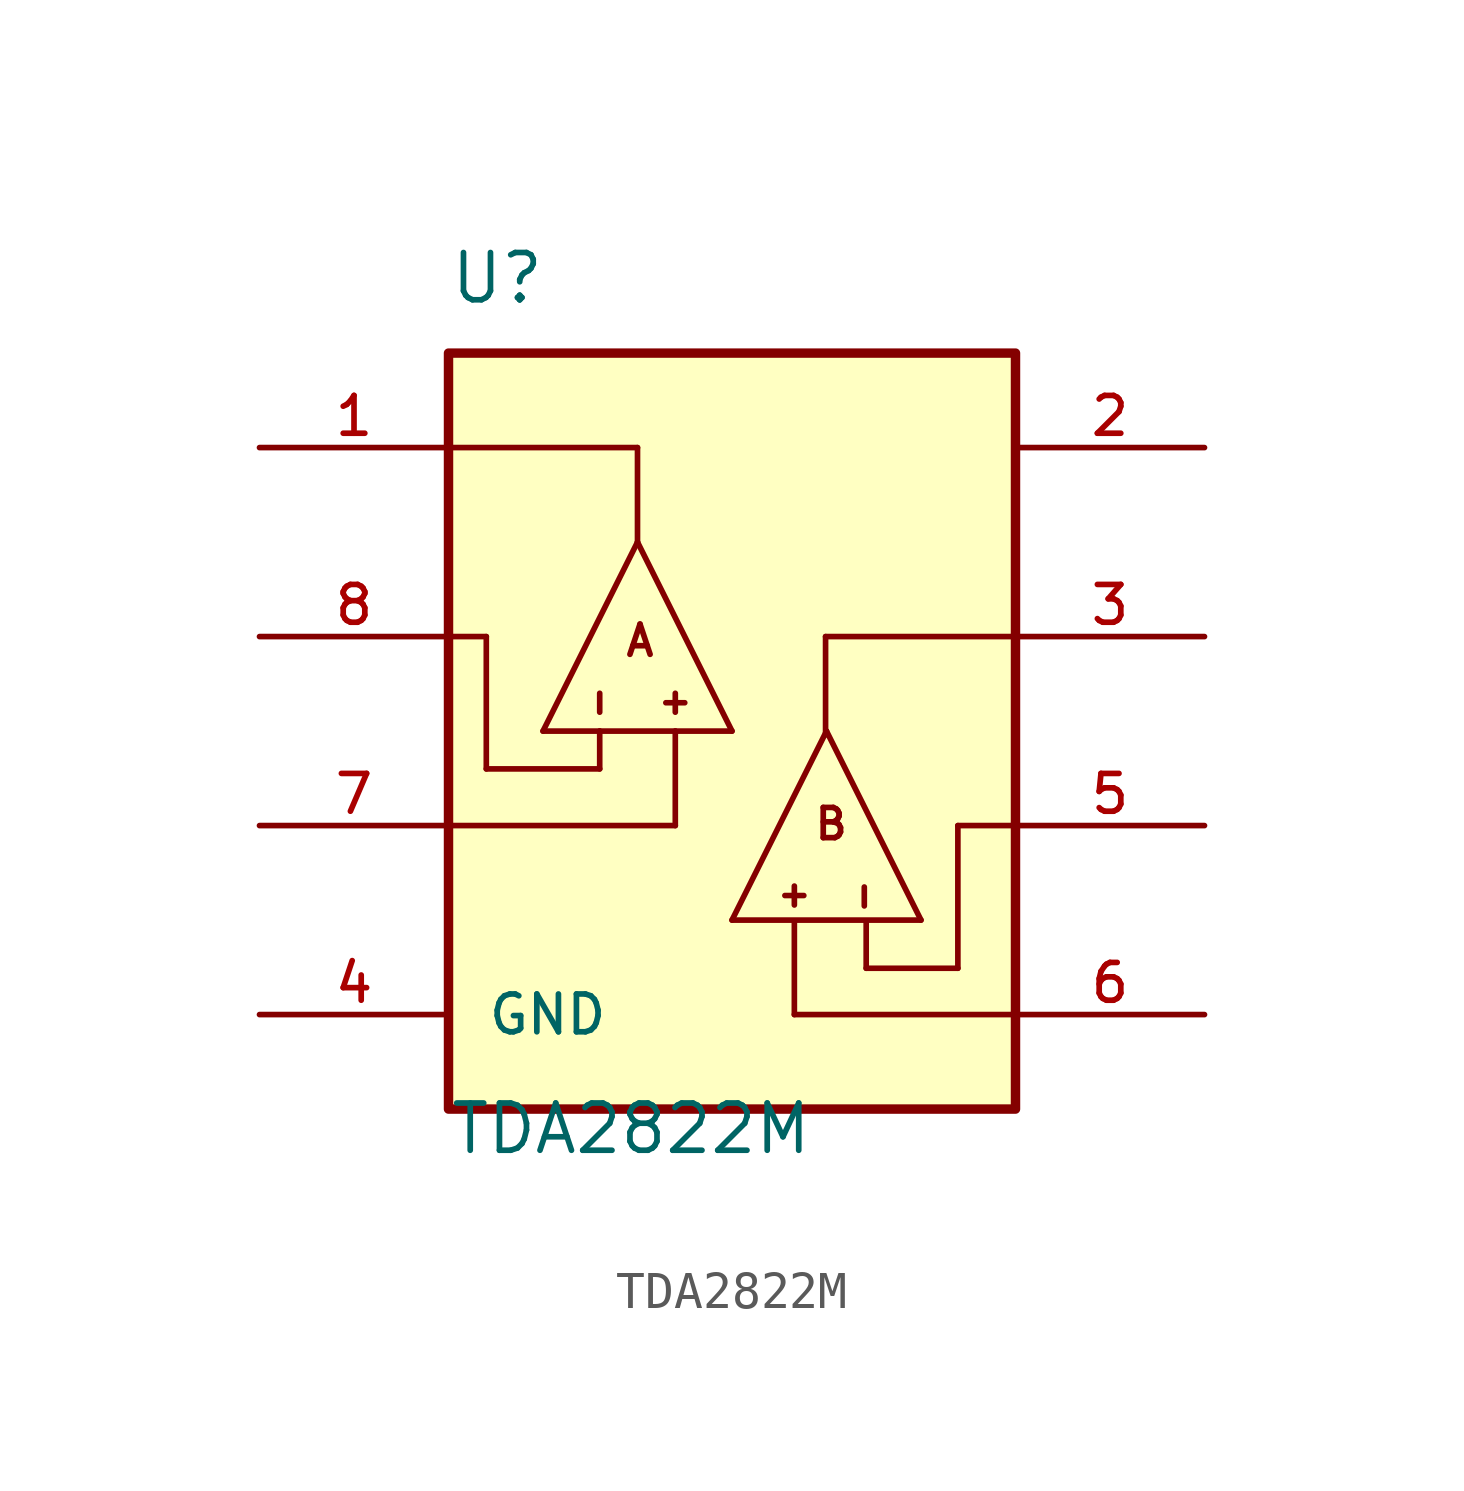
<source format=kicad_sym>
(kicad_symbol_lib
  (version 20220914)
  (generator kicad_symbol_editor)
  (symbol "TDA2822M"
    (pin_names
      (offset 1.016))
    (property "Reference" "U"
      (at -7.62 11.43 0)
      (effects (font (size 1.27 1.27)) (justify left bottom)))
    (property "Value" "TDA2822M"
      (at -7.62 -11.43 0)
      (effects (font (size 1.27 1.27)) (justify left bottom)))
    (property "ki_locked" ""
      (at 0 0 0)
      (effects (font (size 1.27 1.27))))
    (symbol "TDA2822M_0_0"
      (rectangle (start -7.62 -10.16) (end 7.62 10.16) (stroke (width 0.254) (type solid)) (fill (type background)))
      (polyline (pts (xy -6.604 -1.016) (xy -6.604 2.54)) (stroke (width 0.152) (type solid)) (fill (type none)))
      (polyline (pts (xy -6.604 2.54) (xy -7.62 2.54)) (stroke (width 0.152) (type solid)) (fill (type none)))
      (polyline (pts (xy -5.08 0) (xy -2.54 5.08)) (stroke (width 0.152) (type solid)) (fill (type none)))
      (polyline (pts (xy -3.556 -1.016) (xy -6.604 -1.016)) (stroke (width 0.152) (type solid)) (fill (type none)))
      (polyline (pts (xy -3.556 0) (xy -5.08 0)) (stroke (width 0.152) (type solid)) (fill (type none)))
      (polyline (pts (xy -3.556 0) (xy -3.556 -1.016)) (stroke (width 0.152) (type solid)) (fill (type none)))
      (polyline (pts (xy -3.556 1.016) (xy -3.556 0.508)) (stroke (width 0.152) (type solid)) (fill (type none)))
      (polyline (pts (xy -2.54 5.08) (xy -2.54 7.62)) (stroke (width 0.152) (type solid)) (fill (type none)))
      (polyline (pts (xy -2.54 5.08) (xy 0 0)) (stroke (width 0.152) (type solid)) (fill (type none)))
      (polyline (pts (xy -2.54 7.62) (xy -7.62 7.62)) (stroke (width 0.152) (type solid)) (fill (type none)))
      (polyline (pts (xy -1.778 0.762) (xy -1.27 0.762)) (stroke (width 0.152) (type solid)) (fill (type none)))
      (polyline (pts (xy -1.524 -2.54) (xy -7.62 -2.54)) (stroke (width 0.152) (type solid)) (fill (type none)))
      (polyline (pts (xy -1.524 0) (xy -3.556 0)) (stroke (width 0.152) (type solid)) (fill (type none)))
      (polyline (pts (xy -1.524 0) (xy -1.524 -2.54)) (stroke (width 0.152) (type solid)) (fill (type none)))
      (polyline (pts (xy -1.524 0.508) (xy -1.524 1.016)) (stroke (width 0.152) (type solid)) (fill (type none)))
      (polyline (pts (xy 0 -5.08) (xy 2.54 0)) (stroke (width 0.152) (type solid)) (fill (type none)))
      (polyline (pts (xy 0 0) (xy -1.524 0)) (stroke (width 0.152) (type solid)) (fill (type none)))
      (polyline (pts (xy 1.422 -4.42) (xy 1.93 -4.42)) (stroke (width 0.152) (type solid)) (fill (type none)))
      (polyline (pts (xy 1.676 -7.62) (xy 7.62 -7.62)) (stroke (width 0.152) (type solid)) (fill (type none)))
      (polyline (pts (xy 1.676 -5.131) (xy 1.676 -7.62)) (stroke (width 0.152) (type solid)) (fill (type none)))
      (polyline (pts (xy 1.676 -4.166) (xy 1.676 -4.674)) (stroke (width 0.152) (type solid)) (fill (type none)))
      (polyline (pts (xy 2.515 -0.102) (xy 2.515 2.54)) (stroke (width 0.152) (type solid)) (fill (type none)))
      (polyline (pts (xy 2.515 2.54) (xy 7.62 2.54)) (stroke (width 0.152) (type solid)) (fill (type none)))
      (polyline (pts (xy 2.54 0) (xy 5.08 -5.08)) (stroke (width 0.152) (type solid)) (fill (type none)))
      (polyline (pts (xy 3.556 -4.191) (xy 3.556 -4.699)) (stroke (width 0.152) (type solid)) (fill (type none)))
      (polyline (pts (xy 3.607 -6.375) (xy 6.071 -6.375)) (stroke (width 0.152) (type solid)) (fill (type none)))
      (polyline (pts (xy 3.607 -5.105) (xy 3.607 -6.375)) (stroke (width 0.152) (type solid)) (fill (type none)))
      (polyline (pts (xy 5.08 -5.08) (xy 0 -5.08)) (stroke (width 0.152) (type solid)) (fill (type none)))
      (polyline (pts (xy 6.071 -6.375) (xy 6.071 -2.54)) (stroke (width 0.152) (type solid)) (fill (type none)))
      (polyline (pts (xy 6.071 -2.54) (xy 7.62 -2.54)) (stroke (width 0.152) (type solid)) (fill (type none)))
      (text "A" (at -2.921 1.956 0) (effects (font (size 0.813 0.813)) (justify left bottom)))
      (text "B" (at 2.159 -2.972 0) (effects (font (size 0.813 0.813)) (justify left bottom)))
      (pin output line (at -12.7 7.62 0) (length 5.08) (name "~" (effects (font (size 1.016 1.016)))) (number "1" (effects (font (size 1.016 1.016)))))
      (pin power_in line (at 12.7 7.62 180) (length 5.08) (name "~" (effects (font (size 1.016 1.016)))) (number "2" (effects (font (size 1.016 1.016)))))
      (pin output line (at 12.7 2.54 180) (length 5.08) (name "~" (effects (font (size 1.016 1.016)))) (number "3" (effects (font (size 1.016 1.016)))))
      (pin passive line (at -12.7 -7.62 0) (length 5.08) (name "GND" (effects (font (size 1.016 1.016)))) (number "4" (effects (font (size 1.016 1.016)))))
      (pin input line (at 12.7 -2.54 180) (length 5.08) (name "~" (effects (font (size 1.016 1.016)))) (number "5" (effects (font (size 1.016 1.016)))))
      (pin input line (at 12.7 -7.62 180) (length 5.08) (name "~" (effects (font (size 1.016 1.016)))) (number "6" (effects (font (size 1.016 1.016)))))
      (pin input line (at -12.7 -2.54 0) (length 5.08) (name "~" (effects (font (size 1.016 1.016)))) (number "7" (effects (font (size 1.016 1.016)))))
      (pin input line (at -12.7 2.54 0) (length 5.08) (name "~" (effects (font (size 1.016 1.016)))) (number "8" (effects (font (size 1.016 1.016))))))))
</source>
